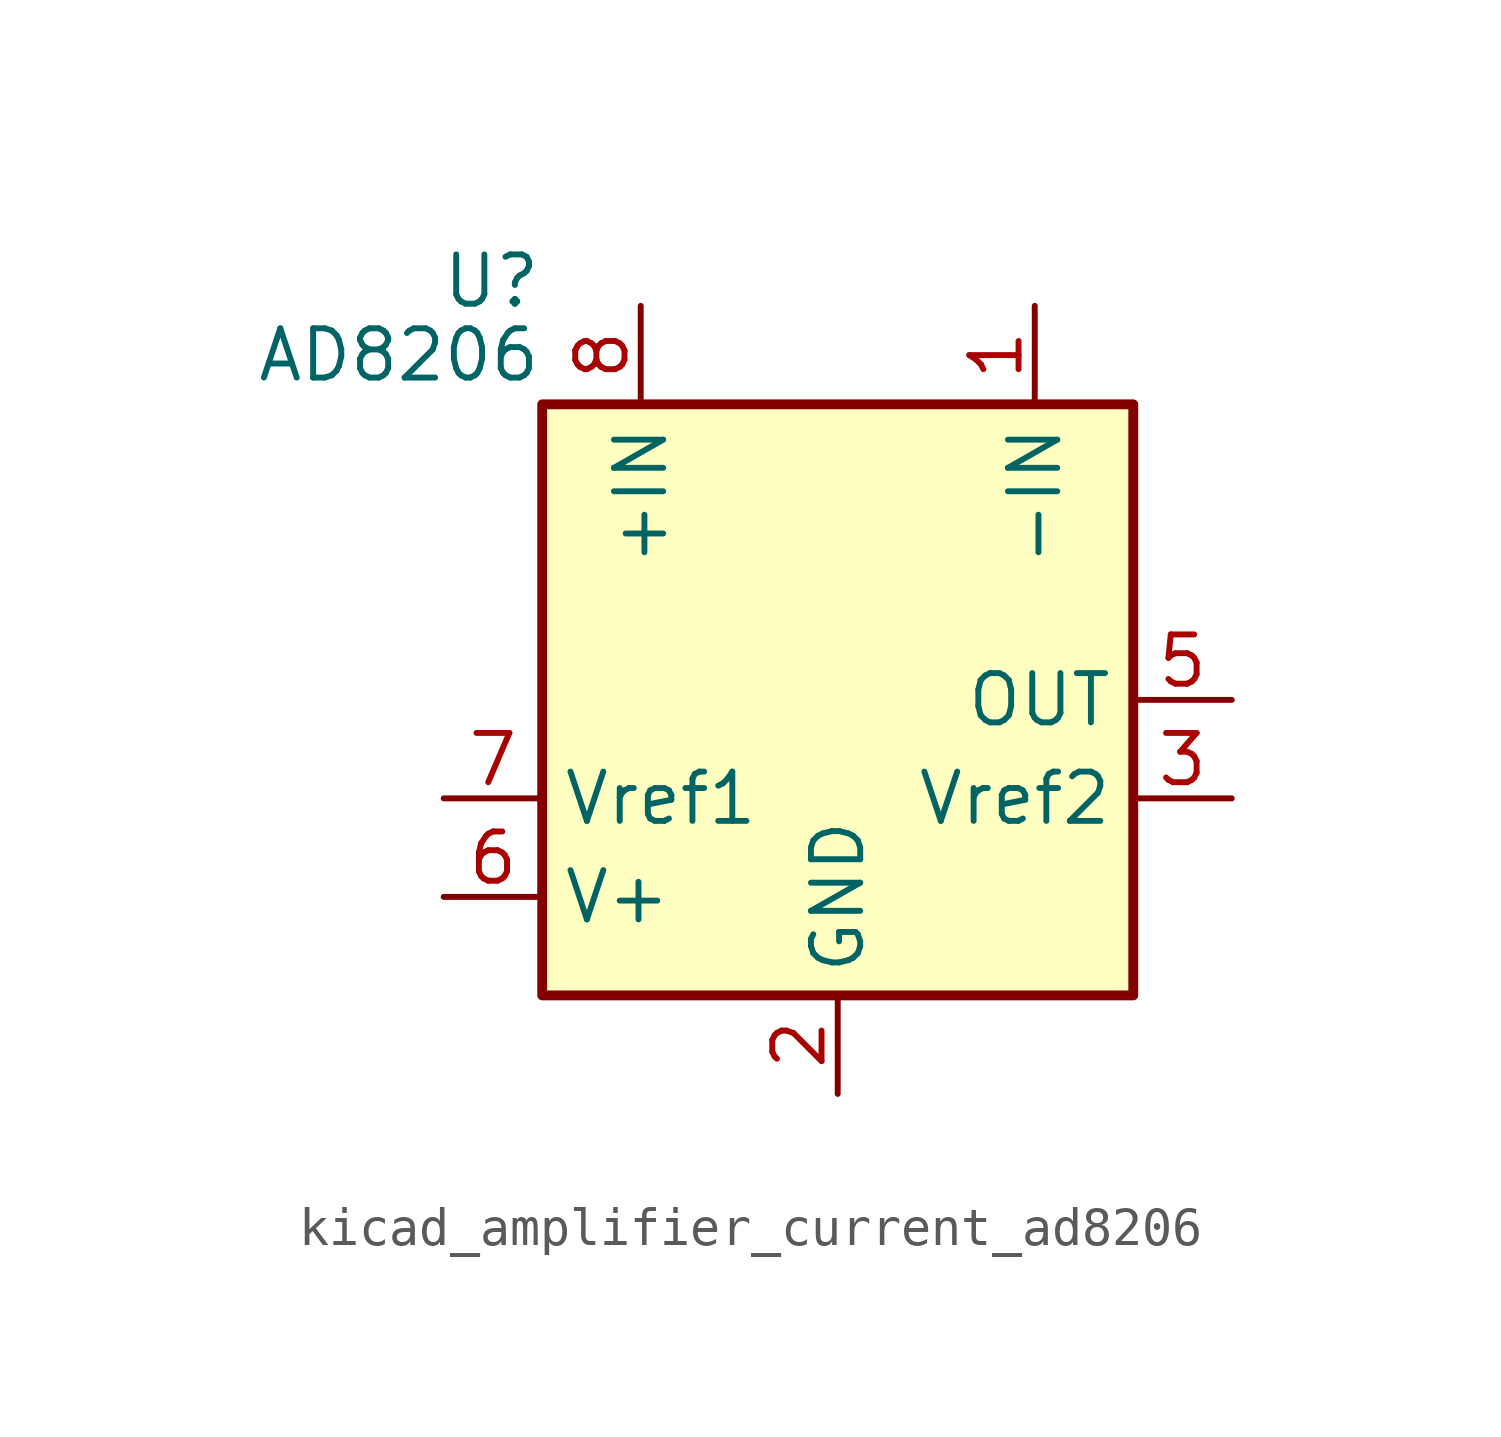
<source format=kicad_sym>
(kicad_symbol_lib
  (version 20220914)
  (generator kicad_symbol_editor)
  (symbol "kicad_amplifier_current_ad8206"
    (property "Reference" "U"
      (at -7.62 10.795 0)
      (effects (font (size 1.27 1.27)) (justify right)))
    (property "Value" "AD8206"
      (at -7.62 8.89 0)
      (effects (font (size 1.27 1.27)) (justify right)))
    (symbol "kicad_amplifier_current_ad8206_0_1"
      (rectangle (start -7.62 7.62) (end 7.62 -7.62) (stroke (width 0.254) (type default)) (fill (type background))))
    (symbol "kicad_amplifier_current_ad8206_1_1"
      (pin input line (at 5.08 10.16 270) (length 2.54) (name "-IN" (effects (font (size 1.27 1.27)))) (number "1" (effects (font (size 1.27 1.27)))))
      (pin power_in line (at 0 -10.16 90) (length 2.54) (name "GND" (effects (font (size 1.27 1.27)))) (number "2" (effects (font (size 1.27 1.27)))))
      (pin input line (at 10.16 -2.54 180) (length 2.54) (name "Vref2" (effects (font (size 1.27 1.27)))) (number "3" (effects (font (size 1.27 1.27)))))
      (pin no_connect line (at 2.54 -7.62 90) (length 2.54) hide (name "NC" (effects (font (size 1.27 1.27)))) (number "4" (effects (font (size 1.27 1.27)))))
      (pin output line (at 10.16 0 180) (length 2.54) (name "OUT" (effects (font (size 1.27 1.27)))) (number "5" (effects (font (size 1.27 1.27)))))
      (pin power_in line (at -10.16 -5.08 0) (length 2.54) (name "V+" (effects (font (size 1.27 1.27)))) (number "6" (effects (font (size 1.27 1.27)))))
      (pin input line (at -10.16 -2.54 0) (length 2.54) (name "Vref1" (effects (font (size 1.27 1.27)))) (number "7" (effects (font (size 1.27 1.27)))))
      (pin input line (at -5.08 10.16 270) (length 2.54) (name "+IN" (effects (font (size 1.27 1.27)))) (number "8" (effects (font (size 1.27 1.27))))))))
</source>
